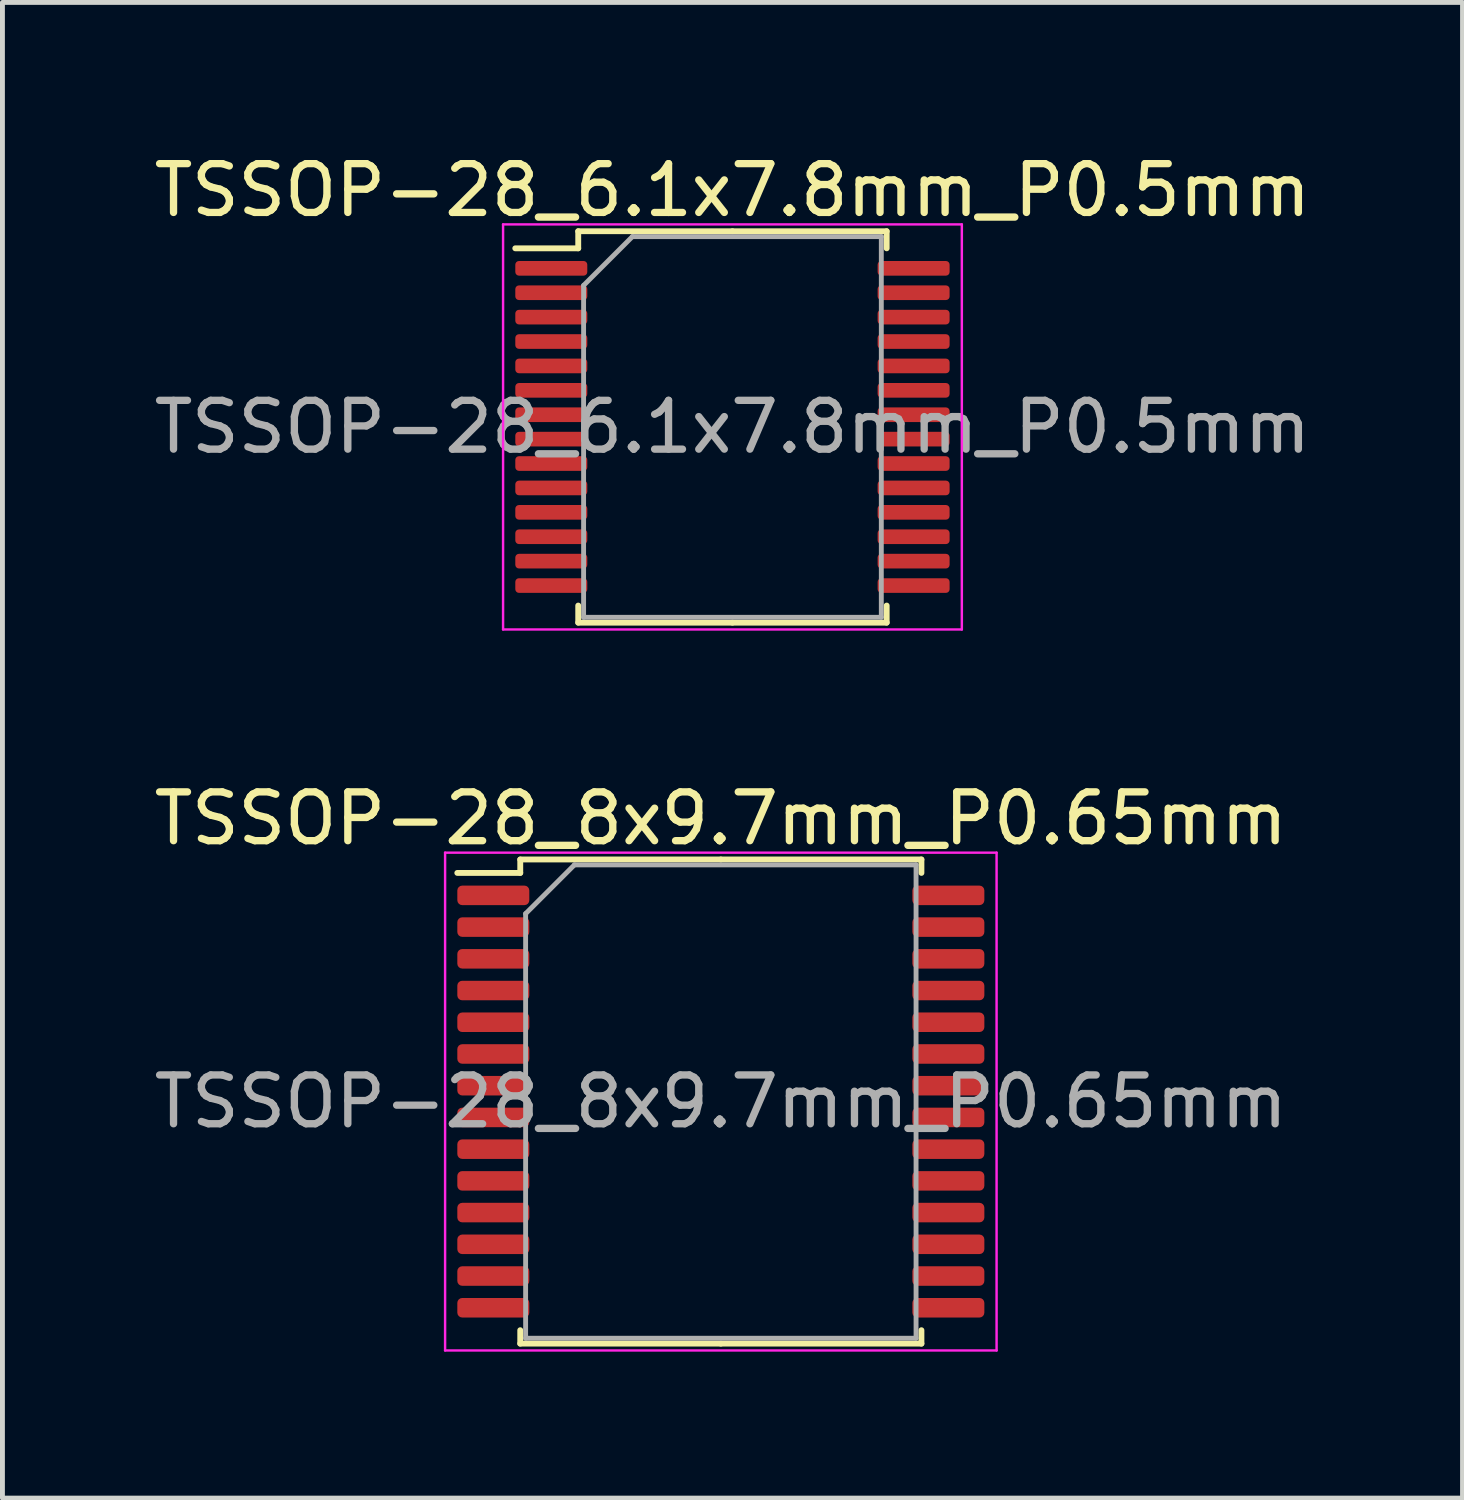
<source format=kicad_pcb>
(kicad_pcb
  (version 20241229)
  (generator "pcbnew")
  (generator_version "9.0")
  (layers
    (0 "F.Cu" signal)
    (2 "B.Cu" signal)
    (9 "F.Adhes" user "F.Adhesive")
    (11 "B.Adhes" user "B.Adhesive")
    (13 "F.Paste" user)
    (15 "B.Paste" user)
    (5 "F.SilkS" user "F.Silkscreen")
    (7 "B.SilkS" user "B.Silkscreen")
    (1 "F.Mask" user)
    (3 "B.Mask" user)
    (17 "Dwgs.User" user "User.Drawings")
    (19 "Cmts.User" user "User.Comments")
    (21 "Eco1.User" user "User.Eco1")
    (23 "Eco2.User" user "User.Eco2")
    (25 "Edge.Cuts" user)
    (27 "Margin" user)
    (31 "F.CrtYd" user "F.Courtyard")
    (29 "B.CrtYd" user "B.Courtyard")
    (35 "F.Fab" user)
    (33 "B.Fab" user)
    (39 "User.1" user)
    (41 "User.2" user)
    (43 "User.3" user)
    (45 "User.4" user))
  (footprint "TSSOP-28_8x9.7mm_P0.65mm"
    (layer "F.Cu")
    (at 11.72 19.521)
    (property "Reference" "TSSOP-28_8x9.7mm_P0.65mm" (at 0 -5.8 0) (layer "F.SilkS") (effects (font (size 1 1) (thickness 0.15))))
    (attr smd)
    (fp_line (start -4.11 -4.96) (end -4.11 -4.685) (stroke (width 0.12) (type solid)) (layer "F.SilkS"))
    (fp_line (start -4.11 -4.685) (end -5.4 -4.685) (stroke (width 0.12) (type solid)) (layer "F.SilkS"))
    (fp_line (start -4.11 4.96) (end -4.11 4.685) (stroke (width 0.12) (type solid)) (layer "F.SilkS"))
    (fp_line (start 0 -4.96) (end -4.11 -4.96) (stroke (width 0.12) (type solid)) (layer "F.SilkS"))
    (fp_line (start 0 -4.96) (end 4.11 -4.96) (stroke (width 0.12) (type solid)) (layer "F.SilkS"))
    (fp_line (start 0 4.96) (end -4.11 4.96) (stroke (width 0.12) (type solid)) (layer "F.SilkS"))
    (fp_line (start 0 4.96) (end 4.11 4.96) (stroke (width 0.12) (type solid)) (layer "F.SilkS"))
    (fp_line (start 4.11 -4.96) (end 4.11 -4.685) (stroke (width 0.12) (type solid)) (layer "F.SilkS"))
    (fp_line (start 4.11 4.96) (end 4.11 4.685) (stroke (width 0.12) (type solid)) (layer "F.SilkS"))
    (fp_line (start -5.65 -5.1) (end -5.65 5.1) (stroke (width 0.05) (type solid)) (layer "F.CrtYd"))
    (fp_line (start -5.65 5.1) (end 5.65 5.1) (stroke (width 0.05) (type solid)) (layer "F.CrtYd"))
    (fp_line (start 5.65 -5.1) (end -5.65 -5.1) (stroke (width 0.05) (type solid)) (layer "F.CrtYd"))
    (fp_line (start 5.65 5.1) (end 5.65 -5.1) (stroke (width 0.05) (type solid)) (layer "F.CrtYd"))
    (fp_line (start -4 -3.85) (end -3 -4.85) (stroke (width 0.1) (type solid)) (layer "F.Fab"))
    (fp_line (start -4 4.85) (end -4 -3.85) (stroke (width 0.1) (type solid)) (layer "F.Fab"))
    (fp_line (start -3 -4.85) (end 4 -4.85) (stroke (width 0.1) (type solid)) (layer "F.Fab"))
    (fp_line (start 4 -4.85) (end 4 4.85) (stroke (width 0.1) (type solid)) (layer "F.Fab"))
    (fp_line (start 4 4.85) (end -4 4.85) (stroke (width 0.1) (type solid)) (layer "F.Fab"))
    (fp_text user "${REFERENCE}" (at 0 0 0) (layer "F.Fab") (effects (font (size 1 1) (thickness 0.15))))
    (pad "1" smd roundrect (at -4.662 -4.225) (size 1.475 0.4) (layers "F.Cu" "F.Mask" "F.Paste") (roundrect_rratio 0.25))
    (pad "2" smd roundrect (at -4.662 -3.575) (size 1.475 0.4) (layers "F.Cu" "F.Mask" "F.Paste") (roundrect_rratio 0.25))
    (pad "3" smd roundrect (at -4.662 -2.925) (size 1.475 0.4) (layers "F.Cu" "F.Mask" "F.Paste") (roundrect_rratio 0.25))
    (pad "4" smd roundrect (at -4.662 -2.275) (size 1.475 0.4) (layers "F.Cu" "F.Mask" "F.Paste") (roundrect_rratio 0.25))
    (pad "5" smd roundrect (at -4.662 -1.625) (size 1.475 0.4) (layers "F.Cu" "F.Mask" "F.Paste") (roundrect_rratio 0.25))
    (pad "6" smd roundrect (at -4.662 -0.975) (size 1.475 0.4) (layers "F.Cu" "F.Mask" "F.Paste") (roundrect_rratio 0.25))
    (pad "7" smd roundrect (at -4.662 -0.325) (size 1.475 0.4) (layers "F.Cu" "F.Mask" "F.Paste") (roundrect_rratio 0.25))
    (pad "8" smd roundrect (at -4.662 0.325) (size 1.475 0.4) (layers "F.Cu" "F.Mask" "F.Paste") (roundrect_rratio 0.25))
    (pad "9" smd roundrect (at -4.662 0.975) (size 1.475 0.4) (layers "F.Cu" "F.Mask" "F.Paste") (roundrect_rratio 0.25))
    (pad "10" smd roundrect (at -4.662 1.625) (size 1.475 0.4) (layers "F.Cu" "F.Mask" "F.Paste") (roundrect_rratio 0.25))
    (pad "11" smd roundrect (at -4.662 2.275) (size 1.475 0.4) (layers "F.Cu" "F.Mask" "F.Paste") (roundrect_rratio 0.25))
    (pad "12" smd roundrect (at -4.662 2.925) (size 1.475 0.4) (layers "F.Cu" "F.Mask" "F.Paste") (roundrect_rratio 0.25))
    (pad "13" smd roundrect (at -4.662 3.575) (size 1.475 0.4) (layers "F.Cu" "F.Mask" "F.Paste") (roundrect_rratio 0.25))
    (pad "14" smd roundrect (at -4.662 4.225) (size 1.475 0.4) (layers "F.Cu" "F.Mask" "F.Paste") (roundrect_rratio 0.25))
    (pad "15" smd roundrect (at 4.662 4.225) (size 1.475 0.4) (layers "F.Cu" "F.Mask" "F.Paste") (roundrect_rratio 0.25))
    (pad "16" smd roundrect (at 4.662 3.575) (size 1.475 0.4) (layers "F.Cu" "F.Mask" "F.Paste") (roundrect_rratio 0.25))
    (pad "17" smd roundrect (at 4.662 2.925) (size 1.475 0.4) (layers "F.Cu" "F.Mask" "F.Paste") (roundrect_rratio 0.25))
    (pad "18" smd roundrect (at 4.662 2.275) (size 1.475 0.4) (layers "F.Cu" "F.Mask" "F.Paste") (roundrect_rratio 0.25))
    (pad "19" smd roundrect (at 4.662 1.625) (size 1.475 0.4) (layers "F.Cu" "F.Mask" "F.Paste") (roundrect_rratio 0.25))
    (pad "20" smd roundrect (at 4.662 0.975) (size 1.475 0.4) (layers "F.Cu" "F.Mask" "F.Paste") (roundrect_rratio 0.25))
    (pad "21" smd roundrect (at 4.662 0.325) (size 1.475 0.4) (layers "F.Cu" "F.Mask" "F.Paste") (roundrect_rratio 0.25))
    (pad "22" smd roundrect (at 4.662 -0.325) (size 1.475 0.4) (layers "F.Cu" "F.Mask" "F.Paste") (roundrect_rratio 0.25))
    (pad "23" smd roundrect (at 4.662 -0.975) (size 1.475 0.4) (layers "F.Cu" "F.Mask" "F.Paste") (roundrect_rratio 0.25))
    (pad "24" smd roundrect (at 4.662 -1.625) (size 1.475 0.4) (layers "F.Cu" "F.Mask" "F.Paste") (roundrect_rratio 0.25))
    (pad "25" smd roundrect (at 4.662 -2.275) (size 1.475 0.4) (layers "F.Cu" "F.Mask" "F.Paste") (roundrect_rratio 0.25))
    (pad "26" smd roundrect (at 4.662 -2.925) (size 1.475 0.4) (layers "F.Cu" "F.Mask" "F.Paste") (roundrect_rratio 0.25))
    (pad "27" smd roundrect (at 4.662 -3.575) (size 1.475 0.4) (layers "F.Cu" "F.Mask" "F.Paste") (roundrect_rratio 0.25))
    (pad "28" smd roundrect (at 4.662 -4.225) (size 1.475 0.4) (layers "F.Cu" "F.Mask" "F.Paste") (roundrect_rratio 0.25)))
  (footprint "TSSOP-28_6.1x7.8mm_P0.5mm"
    (layer "F.Cu")
    (at 11.958 5.698)
    (property "Reference" "TSSOP-28_6.1x7.8mm_P0.5mm" (at 0 -4.85 0) (layer "F.SilkS") (effects (font (size 1 1) (thickness 0.15))))
    (attr smd)
    (fp_line (start -3.16 -4.01) (end -3.16 -3.66) (stroke (width 0.12) (type solid)) (layer "F.SilkS"))
    (fp_line (start -3.16 -3.66) (end -4.45 -3.66) (stroke (width 0.12) (type solid)) (layer "F.SilkS"))
    (fp_line (start -3.16 4.01) (end -3.16 3.66) (stroke (width 0.12) (type solid)) (layer "F.SilkS"))
    (fp_line (start 0 -4.01) (end -3.16 -4.01) (stroke (width 0.12) (type solid)) (layer "F.SilkS"))
    (fp_line (start 0 -4.01) (end 3.16 -4.01) (stroke (width 0.12) (type solid)) (layer "F.SilkS"))
    (fp_line (start 0 4.01) (end -3.16 4.01) (stroke (width 0.12) (type solid)) (layer "F.SilkS"))
    (fp_line (start 0 4.01) (end 3.16 4.01) (stroke (width 0.12) (type solid)) (layer "F.SilkS"))
    (fp_line (start 3.16 -4.01) (end 3.16 -3.66) (stroke (width 0.12) (type solid)) (layer "F.SilkS"))
    (fp_line (start 3.16 4.01) (end 3.16 3.66) (stroke (width 0.12) (type solid)) (layer "F.SilkS"))
    (fp_line (start -4.7 -4.15) (end -4.7 4.15) (stroke (width 0.05) (type solid)) (layer "F.CrtYd"))
    (fp_line (start -4.7 4.15) (end 4.7 4.15) (stroke (width 0.05) (type solid)) (layer "F.CrtYd"))
    (fp_line (start 4.7 -4.15) (end -4.7 -4.15) (stroke (width 0.05) (type solid)) (layer "F.CrtYd"))
    (fp_line (start 4.7 4.15) (end 4.7 -4.15) (stroke (width 0.05) (type solid)) (layer "F.CrtYd"))
    (fp_line (start -3.05 -2.9) (end -2.05 -3.9) (stroke (width 0.1) (type solid)) (layer "F.Fab"))
    (fp_line (start -3.05 3.9) (end -3.05 -2.9) (stroke (width 0.1) (type solid)) (layer "F.Fab"))
    (fp_line (start -2.05 -3.9) (end 3.05 -3.9) (stroke (width 0.1) (type solid)) (layer "F.Fab"))
    (fp_line (start 3.05 -3.9) (end 3.05 3.9) (stroke (width 0.1) (type solid)) (layer "F.Fab"))
    (fp_line (start 3.05 3.9) (end -3.05 3.9) (stroke (width 0.1) (type solid)) (layer "F.Fab"))
    (fp_text user "${REFERENCE}" (at 0 0 0) (layer "F.Fab") (effects (font (size 1 1) (thickness 0.15))))
    (pad "1" smd roundrect (at -3.712 -3.25) (size 1.475 0.3) (layers "F.Cu" "F.Mask" "F.Paste") (roundrect_rratio 0.25))
    (pad "2" smd roundrect (at -3.712 -2.75) (size 1.475 0.3) (layers "F.Cu" "F.Mask" "F.Paste") (roundrect_rratio 0.25))
    (pad "3" smd roundrect (at -3.712 -2.25) (size 1.475 0.3) (layers "F.Cu" "F.Mask" "F.Paste") (roundrect_rratio 0.25))
    (pad "4" smd roundrect (at -3.712 -1.75) (size 1.475 0.3) (layers "F.Cu" "F.Mask" "F.Paste") (roundrect_rratio 0.25))
    (pad "5" smd roundrect (at -3.712 -1.25) (size 1.475 0.3) (layers "F.Cu" "F.Mask" "F.Paste") (roundrect_rratio 0.25))
    (pad "6" smd roundrect (at -3.712 -0.75) (size 1.475 0.3) (layers "F.Cu" "F.Mask" "F.Paste") (roundrect_rratio 0.25))
    (pad "7" smd roundrect (at -3.712 -0.25) (size 1.475 0.3) (layers "F.Cu" "F.Mask" "F.Paste") (roundrect_rratio 0.25))
    (pad "8" smd roundrect (at -3.712 0.25) (size 1.475 0.3) (layers "F.Cu" "F.Mask" "F.Paste") (roundrect_rratio 0.25))
    (pad "9" smd roundrect (at -3.712 0.75) (size 1.475 0.3) (layers "F.Cu" "F.Mask" "F.Paste") (roundrect_rratio 0.25))
    (pad "10" smd roundrect (at -3.712 1.25) (size 1.475 0.3) (layers "F.Cu" "F.Mask" "F.Paste") (roundrect_rratio 0.25))
    (pad "11" smd roundrect (at -3.712 1.75) (size 1.475 0.3) (layers "F.Cu" "F.Mask" "F.Paste") (roundrect_rratio 0.25))
    (pad "12" smd roundrect (at -3.712 2.25) (size 1.475 0.3) (layers "F.Cu" "F.Mask" "F.Paste") (roundrect_rratio 0.25))
    (pad "13" smd roundrect (at -3.712 2.75) (size 1.475 0.3) (layers "F.Cu" "F.Mask" "F.Paste") (roundrect_rratio 0.25))
    (pad "14" smd roundrect (at -3.712 3.25) (size 1.475 0.3) (layers "F.Cu" "F.Mask" "F.Paste") (roundrect_rratio 0.25))
    (pad "15" smd roundrect (at 3.712 3.25) (size 1.475 0.3) (layers "F.Cu" "F.Mask" "F.Paste") (roundrect_rratio 0.25))
    (pad "16" smd roundrect (at 3.712 2.75) (size 1.475 0.3) (layers "F.Cu" "F.Mask" "F.Paste") (roundrect_rratio 0.25))
    (pad "17" smd roundrect (at 3.712 2.25) (size 1.475 0.3) (layers "F.Cu" "F.Mask" "F.Paste") (roundrect_rratio 0.25))
    (pad "18" smd roundrect (at 3.712 1.75) (size 1.475 0.3) (layers "F.Cu" "F.Mask" "F.Paste") (roundrect_rratio 0.25))
    (pad "19" smd roundrect (at 3.712 1.25) (size 1.475 0.3) (layers "F.Cu" "F.Mask" "F.Paste") (roundrect_rratio 0.25))
    (pad "20" smd roundrect (at 3.712 0.75) (size 1.475 0.3) (layers "F.Cu" "F.Mask" "F.Paste") (roundrect_rratio 0.25))
    (pad "21" smd roundrect (at 3.712 0.25) (size 1.475 0.3) (layers "F.Cu" "F.Mask" "F.Paste") (roundrect_rratio 0.25))
    (pad "22" smd roundrect (at 3.712 -0.25) (size 1.475 0.3) (layers "F.Cu" "F.Mask" "F.Paste") (roundrect_rratio 0.25))
    (pad "23" smd roundrect (at 3.712 -0.75) (size 1.475 0.3) (layers "F.Cu" "F.Mask" "F.Paste") (roundrect_rratio 0.25))
    (pad "24" smd roundrect (at 3.712 -1.25) (size 1.475 0.3) (layers "F.Cu" "F.Mask" "F.Paste") (roundrect_rratio 0.25))
    (pad "25" smd roundrect (at 3.712 -1.75) (size 1.475 0.3) (layers "F.Cu" "F.Mask" "F.Paste") (roundrect_rratio 0.25))
    (pad "26" smd roundrect (at 3.712 -2.25) (size 1.475 0.3) (layers "F.Cu" "F.Mask" "F.Paste") (roundrect_rratio 0.25))
    (pad "27" smd roundrect (at 3.712 -2.75) (size 1.475 0.3) (layers "F.Cu" "F.Mask" "F.Paste") (roundrect_rratio 0.25))
    (pad "28" smd roundrect (at 3.712 -3.25) (size 1.475 0.3) (layers "F.Cu" "F.Mask" "F.Paste") (roundrect_rratio 0.25)))
  (gr_rect
    (start -3 -3)
    (end 26.917 27.646)
    (stroke (width 0.1) (type default))
    (fill no)
    (layer "Edge.Cuts")))
</source>
